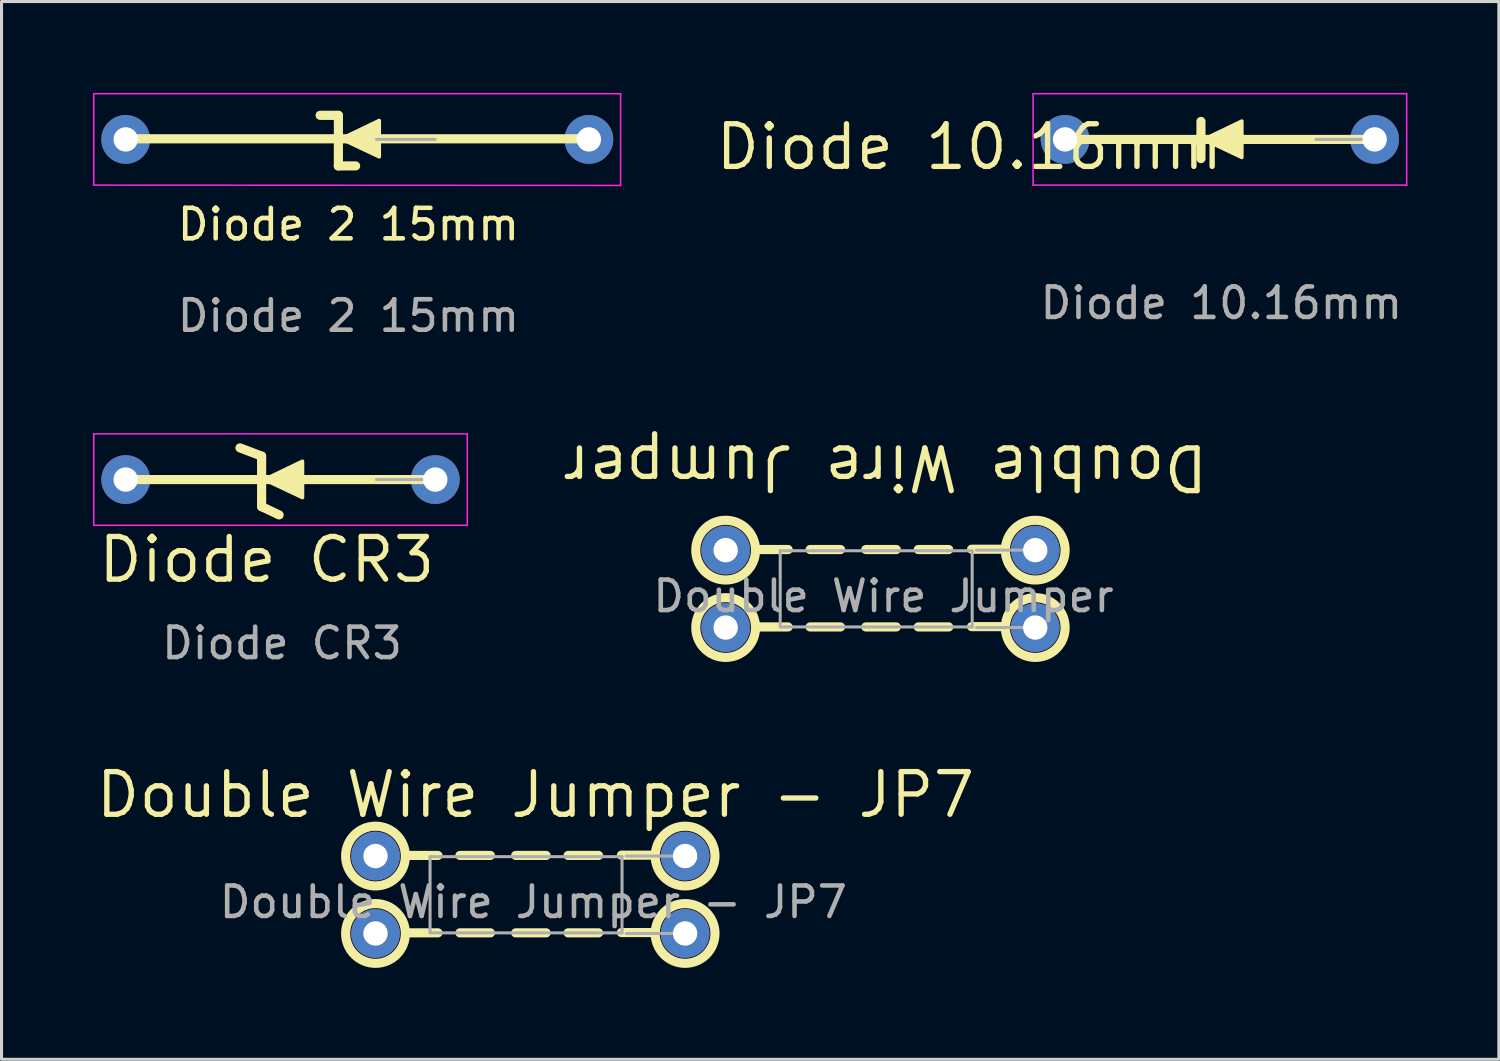
<source format=kicad_pcb>
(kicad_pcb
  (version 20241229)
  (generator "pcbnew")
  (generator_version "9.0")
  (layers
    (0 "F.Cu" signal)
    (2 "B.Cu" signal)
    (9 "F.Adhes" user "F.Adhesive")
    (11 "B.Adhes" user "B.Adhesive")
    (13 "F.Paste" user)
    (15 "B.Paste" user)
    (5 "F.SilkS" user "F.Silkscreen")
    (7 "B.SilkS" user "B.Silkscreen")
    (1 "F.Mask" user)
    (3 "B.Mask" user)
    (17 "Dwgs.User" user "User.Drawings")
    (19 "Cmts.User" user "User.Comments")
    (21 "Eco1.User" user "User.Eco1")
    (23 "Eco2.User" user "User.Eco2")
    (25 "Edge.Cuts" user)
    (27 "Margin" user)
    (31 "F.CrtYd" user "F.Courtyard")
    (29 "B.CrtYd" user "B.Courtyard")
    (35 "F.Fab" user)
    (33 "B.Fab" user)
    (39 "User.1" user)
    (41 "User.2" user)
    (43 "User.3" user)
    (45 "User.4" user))
  (footprint "Double Wire Jumper"
    (layer "F.Cu")
    (at 25.924 14.984)
    (property "Reference" "Double Wire Jumper" (at 0.075 -2.695 180) (unlocked yes) (layer "F.SilkS") (effects (font (size 1.4 1.4) (thickness 0.175))))
    (attr through_hole)
    (fp_line (start -4.11 0) (end -3.11 0) (stroke (width 0.3) (type default)) (layer "F.SilkS"))
    (fp_line (start -4.11 2.54) (end -3.11 2.54) (stroke (width 0.3) (type default)) (layer "F.SilkS"))
    (fp_line (start -2.39 0) (end -1.39 0) (stroke (width 0.3) (type default)) (layer "F.SilkS"))
    (fp_line (start -2.39 2.54) (end -1.39 2.54) (stroke (width 0.3) (type default)) (layer "F.SilkS"))
    (fp_line (start -0.56 0) (end 0.44 0) (stroke (width 0.3) (type default)) (layer "F.SilkS"))
    (fp_line (start -0.56 2.54) (end 0.44 2.54) (stroke (width 0.3) (type default)) (layer "F.SilkS"))
    (fp_line (start 1.16 0) (end 2.16 0) (stroke (width 0.3) (type default)) (layer "F.SilkS"))
    (fp_line (start 1.16 2.54) (end 2.16 2.54) (stroke (width 0.3) (type default)) (layer "F.SilkS"))
    (fp_line (start 2.91 -0.01) (end 3.91 -0.01) (stroke (width 0.3) (type default)) (layer "F.SilkS"))
    (fp_line (start 2.91 2.53) (end 3.91 2.53) (stroke (width 0.3) (type default)) (layer "F.SilkS"))
    (fp_circle (center -5.16 0.02) (end -4.18 0.02) (stroke (width 0.3) (type default)) (fill no) (layer "F.SilkS"))
    (fp_circle (center -5.16 2.56) (end -4.18 2.56) (stroke (width 0.3) (type default)) (fill no) (layer "F.SilkS"))
    (fp_circle (center 5 0.02) (end 5.98 0.02) (stroke (width 0.3) (type default)) (fill no) (layer "F.SilkS"))
    (fp_circle (center 5 2.56) (end 5.98 2.56) (stroke (width 0.3) (type default)) (fill no) (layer "F.SilkS"))
    (fp_line (start -3.37 0.04) (end -3.37 2.54) (stroke (width 0.1) (type solid)) (layer "F.Fab"))
    (fp_line (start -3.37 2.54) (end 2.93 2.54) (stroke (width 0.1) (type solid)) (layer "F.Fab"))
    (fp_line (start 2.93 0.04) (end -3.37 0.04) (stroke (width 0.1) (type solid)) (layer "F.Fab"))
    (fp_line (start 2.93 2.54) (end 2.93 0.04) (stroke (width 0.1) (type solid)) (layer "F.Fab"))
    (fp_line (start 5 0.02) (end 3.07 0.02) (stroke (width 0.1) (type solid)) (layer "F.Fab"))
    (fp_line (start 5 2.56) (end 3.07 2.56) (stroke (width 0.1) (type solid)) (layer "F.Fab"))
    (fp_text user "${REFERENCE}" (at 0.02 1.53 0) (unlocked yes) (layer "F.Fab") (effects (font (size 1 1) (thickness 0.15))))
    (pad "1" thru_hole oval (at 5 2.56) (size 1.6 1.6) (drill 0.8) (layers "*.Cu" "*.Mask"))
    (pad "2" thru_hole circle (at -5.16 2.56) (size 1.6 1.6) (drill 0.8) (layers "*.Cu" "*.Mask"))
    (pad "3" thru_hole circle (at -5.16 0.02) (size 1.6 1.6) (drill 0.8) (layers "*.Cu" "*.Mask"))
    (pad "4" thru_hole oval (at 5 0.02) (size 1.6 1.6) (drill 0.8) (layers "*.Cu" "*.Mask")))
  (footprint "Diode CR3"
    (layer "F.Cu")
    (at 6.205 15.558)
    (property "Reference" "Diode CR3" (at -0.5 -0.242 0) (unlocked yes) (layer "F.SilkS") (effects (font (size 1.4 1.4) (thickness 0.175))))
    (attr through_hole)
    (fp_line (start -5.17 -2.87) (end 5.05 -2.87) (stroke (width 0.3) (type default)) (layer "F.SilkS"))
    (fp_line (start -0.67 -3.64) (end -1.38 -3.91) (stroke (width 0.3) (type default)) (layer "F.SilkS"))
    (fp_line (start -0.67 -3.49) (end -0.67 -3.64) (stroke (width 0.3) (type default)) (layer "F.SilkS"))
    (fp_line (start -0.67 -3.46) (end -0.67 -2.24) (stroke (width 0.3) (type default)) (layer "F.SilkS"))
    (fp_line (start -0.67 -2.22) (end -0.67 -1.98) (stroke (width 0.3) (type default)) (layer "F.SilkS"))
    (fp_line (start -0.665 -1.98) (end -0.095 -1.71) (stroke (width 0.3) (type default)) (layer "F.SilkS"))
    (fp_poly (pts (xy 0.67 -2.28) (xy -0.58 -2.87) (xy 0.67 -3.47)) (stroke (width 0.12) (type solid)) (fill yes) (layer "F.SilkS"))
    (fp_line (start -6.18 -4.37) (end -6.18 -1.37) (stroke (width 0.05) (type solid)) (layer "F.CrtYd"))
    (fp_line (start -6.18 -1.37) (end 6.08 -1.37) (stroke (width 0.05) (type solid)) (layer "F.CrtYd"))
    (fp_line (start 6.08 -4.37) (end -6.18 -4.37) (stroke (width 0.05) (type solid)) (layer "F.CrtYd"))
    (fp_line (start 6.08 -1.37) (end 6.08 -4.37) (stroke (width 0.05) (type solid)) (layer "F.CrtYd"))
    (fp_line (start 5.03 -2.87) (end 3.1 -2.87) (stroke (width 0.1) (type solid)) (layer "F.Fab"))
    (fp_text user "${REFERENCE}" (at 0 2.5 0) (unlocked yes) (layer "F.Fab") (effects (font (size 1 1) (thickness 0.15))))
    (pad "1" thru_hole circle (at -5.13 -2.87) (size 1.6 1.6) (drill 0.8) (layers "*.Cu" "*.Mask"))
    (pad "2" thru_hole oval (at 5.03 -2.87) (size 1.6 1.6) (drill 0.8) (layers "*.Cu" "*.Mask")))
  (footprint "Diode 10.16mm"
    (layer "F.Cu")
    (at 37.032 4.395)
    (property "Reference" "Diode 10.16mm" (at -8.27 -2.623 0) (unlocked yes) (layer "F.SilkS") (effects (font (size 1.4 1.4) (thickness 0.175))))
    (attr through_hole)
    (fp_line (start -5.17 -2.87) (end 5.05 -2.87) (stroke (width 0.3) (type default)) (layer "F.SilkS"))
    (fp_line (start -0.67 -3.46) (end -0.67 -2.24) (stroke (width 0.3) (type default)) (layer "F.SilkS"))
    (fp_poly (pts (xy 0.67 -2.28) (xy -0.58 -2.87) (xy 0.67 -3.47)) (stroke (width 0.12) (type solid)) (fill yes) (layer "F.SilkS"))
    (fp_line (start -6.18 -4.37) (end -6.18 -1.37) (stroke (width 0.05) (type solid)) (layer "F.CrtYd"))
    (fp_line (start -6.18 -1.37) (end 6.08 -1.37) (stroke (width 0.05) (type solid)) (layer "F.CrtYd"))
    (fp_line (start 6.08 -4.37) (end -6.18 -4.37) (stroke (width 0.05) (type solid)) (layer "F.CrtYd"))
    (fp_line (start 6.08 -1.37) (end 6.08 -4.37) (stroke (width 0.05) (type solid)) (layer "F.CrtYd"))
    (fp_line (start 5.03 -2.87) (end 3.1 -2.87) (stroke (width 0.1) (type solid)) (layer "F.Fab"))
    (fp_text user "${REFERENCE}" (at 0 2.5 0) (unlocked yes) (layer "F.Fab") (effects (font (size 1 1) (thickness 0.15))))
    (pad "1" thru_hole circle (at -5.13 -2.87) (size 1.6 1.6) (drill 0.8) (layers "*.Cu" "*.Mask"))
    (pad "2" thru_hole oval (at 5.03 -2.87) (size 1.6 1.6) (drill 0.8) (layers "*.Cu" "*.Mask")))
  (footprint "Diode 2 15mm"
    (layer "F.Cu")
    (at 6.205 4.395)
    (property "Reference" "Diode 2 15mm" (at 2.18 -0.08 0) (unlocked yes) (layer "F.SilkS") (effects (font (size 1 1) (thickness 0.15))))
    (attr through_hole)
    (fp_line (start -5.12 -2.89) (end 10.15 -2.89) (stroke (width 0.3) (type default)) (layer "F.SilkS"))
    (fp_line (start 1.845 -2) (end 2.415 -2) (stroke (width 0.3) (type default)) (layer "F.SilkS"))
    (fp_line (start 1.85 -3.66) (end 1.25 -3.66) (stroke (width 0.3) (type default)) (layer "F.SilkS"))
    (fp_line (start 1.85 -3.51) (end 1.85 -3.66) (stroke (width 0.3) (type default)) (layer "F.SilkS"))
    (fp_line (start 1.85 -3.48) (end 1.85 -2.26) (stroke (width 0.3) (type default)) (layer "F.SilkS"))
    (fp_line (start 1.85 -2.24) (end 1.85 -2) (stroke (width 0.3) (type default)) (layer "F.SilkS"))
    (fp_poly (pts (xy 3.19 -2.3) (xy 1.94 -2.89) (xy 3.19 -3.49)) (stroke (width 0.12) (type solid)) (fill yes) (layer "F.SilkS"))
    (fp_line (start -6.18 -4.37) (end -6.18 -1.37) (stroke (width 0.05) (type solid)) (layer "F.CrtYd"))
    (fp_line (start -6.18 -1.37) (end 11.11 -1.36) (stroke (width 0.05) (type solid)) (layer "F.CrtYd"))
    (fp_line (start 11.11 -4.37) (end -6.18 -4.37) (stroke (width 0.05) (type solid)) (layer "F.CrtYd"))
    (fp_line (start 11.11 -1.36) (end 11.11 -4.37) (stroke (width 0.05) (type solid)) (layer "F.CrtYd"))
    (fp_line (start 5.03 -2.87) (end 3.1 -2.87) (stroke (width 0.1) (type solid)) (layer "F.Fab"))
    (fp_text user "${REFERENCE}" (at 2.18 2.92 0) (unlocked yes) (layer "F.Fab") (effects (font (size 1 1) (thickness 0.15))))
    (pad "1" thru_hole circle (at -5.13 -2.87) (size 1.6 1.6) (drill 0.8) (layers "*.Cu" "*.Mask"))
    (pad "2" thru_hole oval (at 10.07 -2.87) (size 1.6 1.6) (drill 0.8) (layers "*.Cu" "*.Mask")))
  (footprint "Double Wire Jumper - JP7"
    (layer "F.Cu")
    (at 14.433 25.023)
    (property "Reference" "Double Wire Jumper - JP7" (at 0.09 -1.99 0) (unlocked yes) (layer "F.SilkS") (effects (font (size 1.4 1.4) (thickness 0.175))))
    (attr through_hole)
    (fp_line (start -4.11 0) (end -3.11 0) (stroke (width 0.3) (type default)) (layer "F.SilkS"))
    (fp_line (start -4.11 2.54) (end -3.11 2.54) (stroke (width 0.3) (type default)) (layer "F.SilkS"))
    (fp_line (start -2.39 0) (end -1.39 0) (stroke (width 0.3) (type default)) (layer "F.SilkS"))
    (fp_line (start -2.39 2.54) (end -1.39 2.54) (stroke (width 0.3) (type default)) (layer "F.SilkS"))
    (fp_line (start -0.56 0) (end 0.44 0) (stroke (width 0.3) (type default)) (layer "F.SilkS"))
    (fp_line (start -0.56 2.54) (end 0.44 2.54) (stroke (width 0.3) (type default)) (layer "F.SilkS"))
    (fp_line (start 1.16 0) (end 2.16 0) (stroke (width 0.3) (type default)) (layer "F.SilkS"))
    (fp_line (start 1.16 2.54) (end 2.16 2.54) (stroke (width 0.3) (type default)) (layer "F.SilkS"))
    (fp_line (start 2.91 -0.01) (end 3.91 -0.01) (stroke (width 0.3) (type default)) (layer "F.SilkS"))
    (fp_line (start 2.91 2.53) (end 3.91 2.53) (stroke (width 0.3) (type default)) (layer "F.SilkS"))
    (fp_circle (center -5.16 0.02) (end -4.18 0.02) (stroke (width 0.3) (type default)) (fill no) (layer "F.SilkS"))
    (fp_circle (center -5.16 2.56) (end -4.18 2.56) (stroke (width 0.3) (type default)) (fill no) (layer "F.SilkS"))
    (fp_circle (center 5 0.02) (end 5.98 0.02) (stroke (width 0.3) (type default)) (fill no) (layer "F.SilkS"))
    (fp_circle (center 5 2.56) (end 5.98 2.56) (stroke (width 0.3) (type default)) (fill no) (layer "F.SilkS"))
    (fp_line (start -3.37 0.04) (end -3.37 2.54) (stroke (width 0.1) (type solid)) (layer "F.Fab"))
    (fp_line (start -3.37 2.54) (end 2.93 2.54) (stroke (width 0.1) (type solid)) (layer "F.Fab"))
    (fp_line (start 2.93 0.04) (end -3.37 0.04) (stroke (width 0.1) (type solid)) (layer "F.Fab"))
    (fp_line (start 2.93 2.54) (end 2.93 0.04) (stroke (width 0.1) (type solid)) (layer "F.Fab"))
    (fp_line (start 5 0.02) (end 3.07 0.02) (stroke (width 0.1) (type solid)) (layer "F.Fab"))
    (fp_line (start 5 2.56) (end 3.07 2.56) (stroke (width 0.1) (type solid)) (layer "F.Fab"))
    (fp_text user "${REFERENCE}" (at 0.02 1.53 0) (unlocked yes) (layer "F.Fab") (effects (font (size 1 1) (thickness 0.15))))
    (pad "1" thru_hole oval (at 5 0.02) (size 1.6 1.6) (drill 0.8) (layers "*.Cu" "*.Mask"))
    (pad "2" thru_hole circle (at -5.16 2.56) (size 1.6 1.6) (drill 0.8) (layers "*.Cu" "*.Mask"))
    (pad "3" thru_hole circle (at -5.16 0.02) (size 1.6 1.6) (drill 0.8) (layers "*.Cu" "*.Mask"))
    (pad "4" thru_hole oval (at 5 2.56) (size 1.6 1.6) (drill 0.8) (layers "*.Cu" "*.Mask")))
  (gr_rect
    (start -3 -3)
    (end 46.138 31.713)
    (stroke (width 0.1) (type default))
    (fill no)
    (layer "Edge.Cuts")))
</source>
